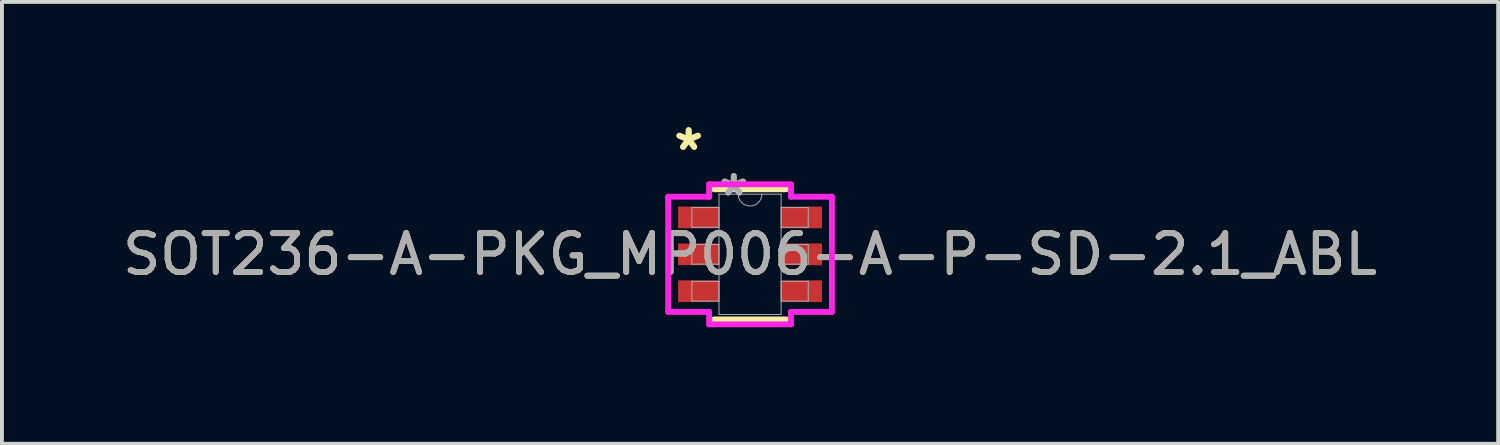
<source format=kicad_pcb>
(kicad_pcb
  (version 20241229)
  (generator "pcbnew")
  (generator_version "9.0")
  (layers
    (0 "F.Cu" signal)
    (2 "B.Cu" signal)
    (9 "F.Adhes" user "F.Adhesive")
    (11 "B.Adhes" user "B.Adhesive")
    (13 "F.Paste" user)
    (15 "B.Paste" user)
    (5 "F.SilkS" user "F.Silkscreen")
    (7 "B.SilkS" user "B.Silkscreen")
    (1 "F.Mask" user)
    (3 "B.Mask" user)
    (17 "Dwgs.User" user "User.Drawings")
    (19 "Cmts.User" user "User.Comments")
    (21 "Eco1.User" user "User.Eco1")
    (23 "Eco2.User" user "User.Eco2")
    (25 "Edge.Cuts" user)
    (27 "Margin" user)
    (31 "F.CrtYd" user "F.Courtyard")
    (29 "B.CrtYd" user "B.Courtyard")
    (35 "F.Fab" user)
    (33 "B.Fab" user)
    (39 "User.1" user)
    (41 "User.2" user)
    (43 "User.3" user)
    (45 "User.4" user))
  (footprint "SOT236-A-PKG_MP006-A-P-SD-2.1_ABL"
    (layer "F.Cu")
    (at 16.268 3.5)
    (property "Reference" "SOT236-A-PKG_MP006-A-P-SD-2.1_ABL" (at 0 0 0) (unlocked yes) (layer "F.SilkS") (effects (font (size 1 1) (thickness 0.15))))
    (attr smd)
    (fp_line (start -0.927 1.676) (end 0.927 1.676) (stroke (width 0.152) (type solid)) (layer "F.SilkS"))
    (fp_line (start 0.927 -1.676) (end -0.927 -1.676) (stroke (width 0.152) (type solid)) (layer "F.SilkS"))
    (fp_line (start -2.108 -1.483) (end -1.054 -1.483) (stroke (width 0.152) (type solid)) (layer "F.CrtYd"))
    (fp_line (start -2.108 1.483) (end -2.108 -1.483) (stroke (width 0.152) (type solid)) (layer "F.CrtYd"))
    (fp_line (start -2.108 1.483) (end -1.054 1.483) (stroke (width 0.152) (type solid)) (layer "F.CrtYd"))
    (fp_line (start -1.054 -1.803) (end 1.054 -1.803) (stroke (width 0.152) (type solid)) (layer "F.CrtYd"))
    (fp_line (start -1.054 -1.483) (end -1.054 -1.803) (stroke (width 0.152) (type solid)) (layer "F.CrtYd"))
    (fp_line (start -1.054 1.803) (end -1.054 1.483) (stroke (width 0.152) (type solid)) (layer "F.CrtYd"))
    (fp_line (start 1.054 -1.803) (end 1.054 -1.483) (stroke (width 0.152) (type solid)) (layer "F.CrtYd"))
    (fp_line (start 1.054 1.483) (end 1.054 1.803) (stroke (width 0.152) (type solid)) (layer "F.CrtYd"))
    (fp_line (start 1.054 1.803) (end -1.054 1.803) (stroke (width 0.152) (type solid)) (layer "F.CrtYd"))
    (fp_line (start 2.108 -1.483) (end 1.054 -1.483) (stroke (width 0.152) (type solid)) (layer "F.CrtYd"))
    (fp_line (start 2.108 -1.483) (end 2.108 1.483) (stroke (width 0.152) (type solid)) (layer "F.CrtYd"))
    (fp_line (start 2.108 1.483) (end 1.054 1.483) (stroke (width 0.152) (type solid)) (layer "F.CrtYd"))
    (fp_line (start -1.499 -1.204) (end -1.499 -0.696) (stroke (width 0.025) (type solid)) (layer "F.Fab"))
    (fp_line (start -1.499 -0.696) (end -0.8 -0.696) (stroke (width 0.025) (type solid)) (layer "F.Fab"))
    (fp_line (start -1.499 -0.254) (end -1.499 0.254) (stroke (width 0.025) (type solid)) (layer "F.Fab"))
    (fp_line (start -1.499 0.254) (end -0.8 0.254) (stroke (width 0.025) (type solid)) (layer "F.Fab"))
    (fp_line (start -1.499 0.696) (end -1.499 1.204) (stroke (width 0.025) (type solid)) (layer "F.Fab"))
    (fp_line (start -1.499 1.204) (end -0.8 1.204) (stroke (width 0.025) (type solid)) (layer "F.Fab"))
    (fp_line (start -0.8 -1.549) (end -0.8 1.549) (stroke (width 0.025) (type solid)) (layer "F.Fab"))
    (fp_line (start -0.8 -1.204) (end -1.499 -1.204) (stroke (width 0.025) (type solid)) (layer "F.Fab"))
    (fp_line (start -0.8 -0.696) (end -0.8 -1.204) (stroke (width 0.025) (type solid)) (layer "F.Fab"))
    (fp_line (start -0.8 -0.254) (end -1.499 -0.254) (stroke (width 0.025) (type solid)) (layer "F.Fab"))
    (fp_line (start -0.8 0.254) (end -0.8 -0.254) (stroke (width 0.025) (type solid)) (layer "F.Fab"))
    (fp_line (start -0.8 0.696) (end -1.499 0.696) (stroke (width 0.025) (type solid)) (layer "F.Fab"))
    (fp_line (start -0.8 1.204) (end -0.8 0.696) (stroke (width 0.025) (type solid)) (layer "F.Fab"))
    (fp_line (start -0.8 1.549) (end 0.8 1.549) (stroke (width 0.025) (type solid)) (layer "F.Fab"))
    (fp_line (start 0.8 -1.549) (end -0.8 -1.549) (stroke (width 0.025) (type solid)) (layer "F.Fab"))
    (fp_line (start 0.8 -1.204) (end 0.8 -0.696) (stroke (width 0.025) (type solid)) (layer "F.Fab"))
    (fp_line (start 0.8 -0.696) (end 1.499 -0.696) (stroke (width 0.025) (type solid)) (layer "F.Fab"))
    (fp_line (start 0.8 -0.254) (end 0.8 0.254) (stroke (width 0.025) (type solid)) (layer "F.Fab"))
    (fp_line (start 0.8 0.254) (end 1.499 0.254) (stroke (width 0.025) (type solid)) (layer "F.Fab"))
    (fp_line (start 0.8 0.696) (end 0.8 1.204) (stroke (width 0.025) (type solid)) (layer "F.Fab"))
    (fp_line (start 0.8 1.204) (end 1.499 1.204) (stroke (width 0.025) (type solid)) (layer "F.Fab"))
    (fp_line (start 0.8 1.549) (end 0.8 -1.549) (stroke (width 0.025) (type solid)) (layer "F.Fab"))
    (fp_line (start 1.499 -1.204) (end 0.8 -1.204) (stroke (width 0.025) (type solid)) (layer "F.Fab"))
    (fp_line (start 1.499 -0.696) (end 1.499 -1.204) (stroke (width 0.025) (type solid)) (layer "F.Fab"))
    (fp_line (start 1.499 -0.254) (end 0.8 -0.254) (stroke (width 0.025) (type solid)) (layer "F.Fab"))
    (fp_line (start 1.499 0.254) (end 1.499 -0.254) (stroke (width 0.025) (type solid)) (layer "F.Fab"))
    (fp_line (start 1.499 0.696) (end 0.8 0.696) (stroke (width 0.025) (type solid)) (layer "F.Fab"))
    (fp_line (start 1.499 1.204) (end 1.499 0.696) (stroke (width 0.025) (type solid)) (layer "F.Fab"))
    (fp_arc (start 0.3048 -1.5494) (mid 0 -1.2446) (end -0.3048 -1.5494) (stroke (width 0.0254) (type solid)) (layer "F.Fab"))
    (fp_text user "*" (at -1.581 -2.652 0) (layer "F.SilkS") (effects (font (size 1 1) (thickness 0.15))))
    (fp_text user "*" (at -1.581 -2.652 0) (unlocked yes) (layer "F.SilkS") (effects (font (size 1 1) (thickness 0.15))))
    (fp_text user "${REFERENCE}" (at 0 0 0) (unlocked yes) (layer "F.Fab") (effects (font (size 1 1) (thickness 0.15))))
    (fp_text user "*" (at -0.419 -1.473 0) (unlocked yes) (layer "F.Fab") (effects (font (size 1 1) (thickness 0.15))))
    (fp_text user "*" (at -0.419 -1.473 0) (layer "F.Fab") (effects (font (size 1 1) (thickness 0.15))))
    (pad "1" smd rect (at -1.327 -0.95) (size 1.054 0.559) (layers "F.Cu" "F.Mask" "F.Paste"))
    (pad "2" smd rect (at -1.327 0) (size 1.054 0.559) (layers "F.Cu" "F.Mask" "F.Paste"))
    (pad "3" smd rect (at -1.327 0.95) (size 1.054 0.559) (layers "F.Cu" "F.Mask" "F.Paste"))
    (pad "4" smd rect (at 1.327 0.95) (size 1.054 0.559) (layers "F.Cu" "F.Mask" "F.Paste"))
    (pad "5" smd rect (at 1.327 0) (size 1.054 0.559) (layers "F.Cu" "F.Mask" "F.Paste"))
    (pad "6" smd rect (at 1.327 -0.95) (size 1.054 0.559) (layers "F.Cu" "F.Mask" "F.Paste")))
  (gr_rect
    (start -3 -3)
    (end 35.536 8.38)
    (stroke (width 0.1) (type default))
    (fill no)
    (layer "Edge.Cuts")))
</source>
